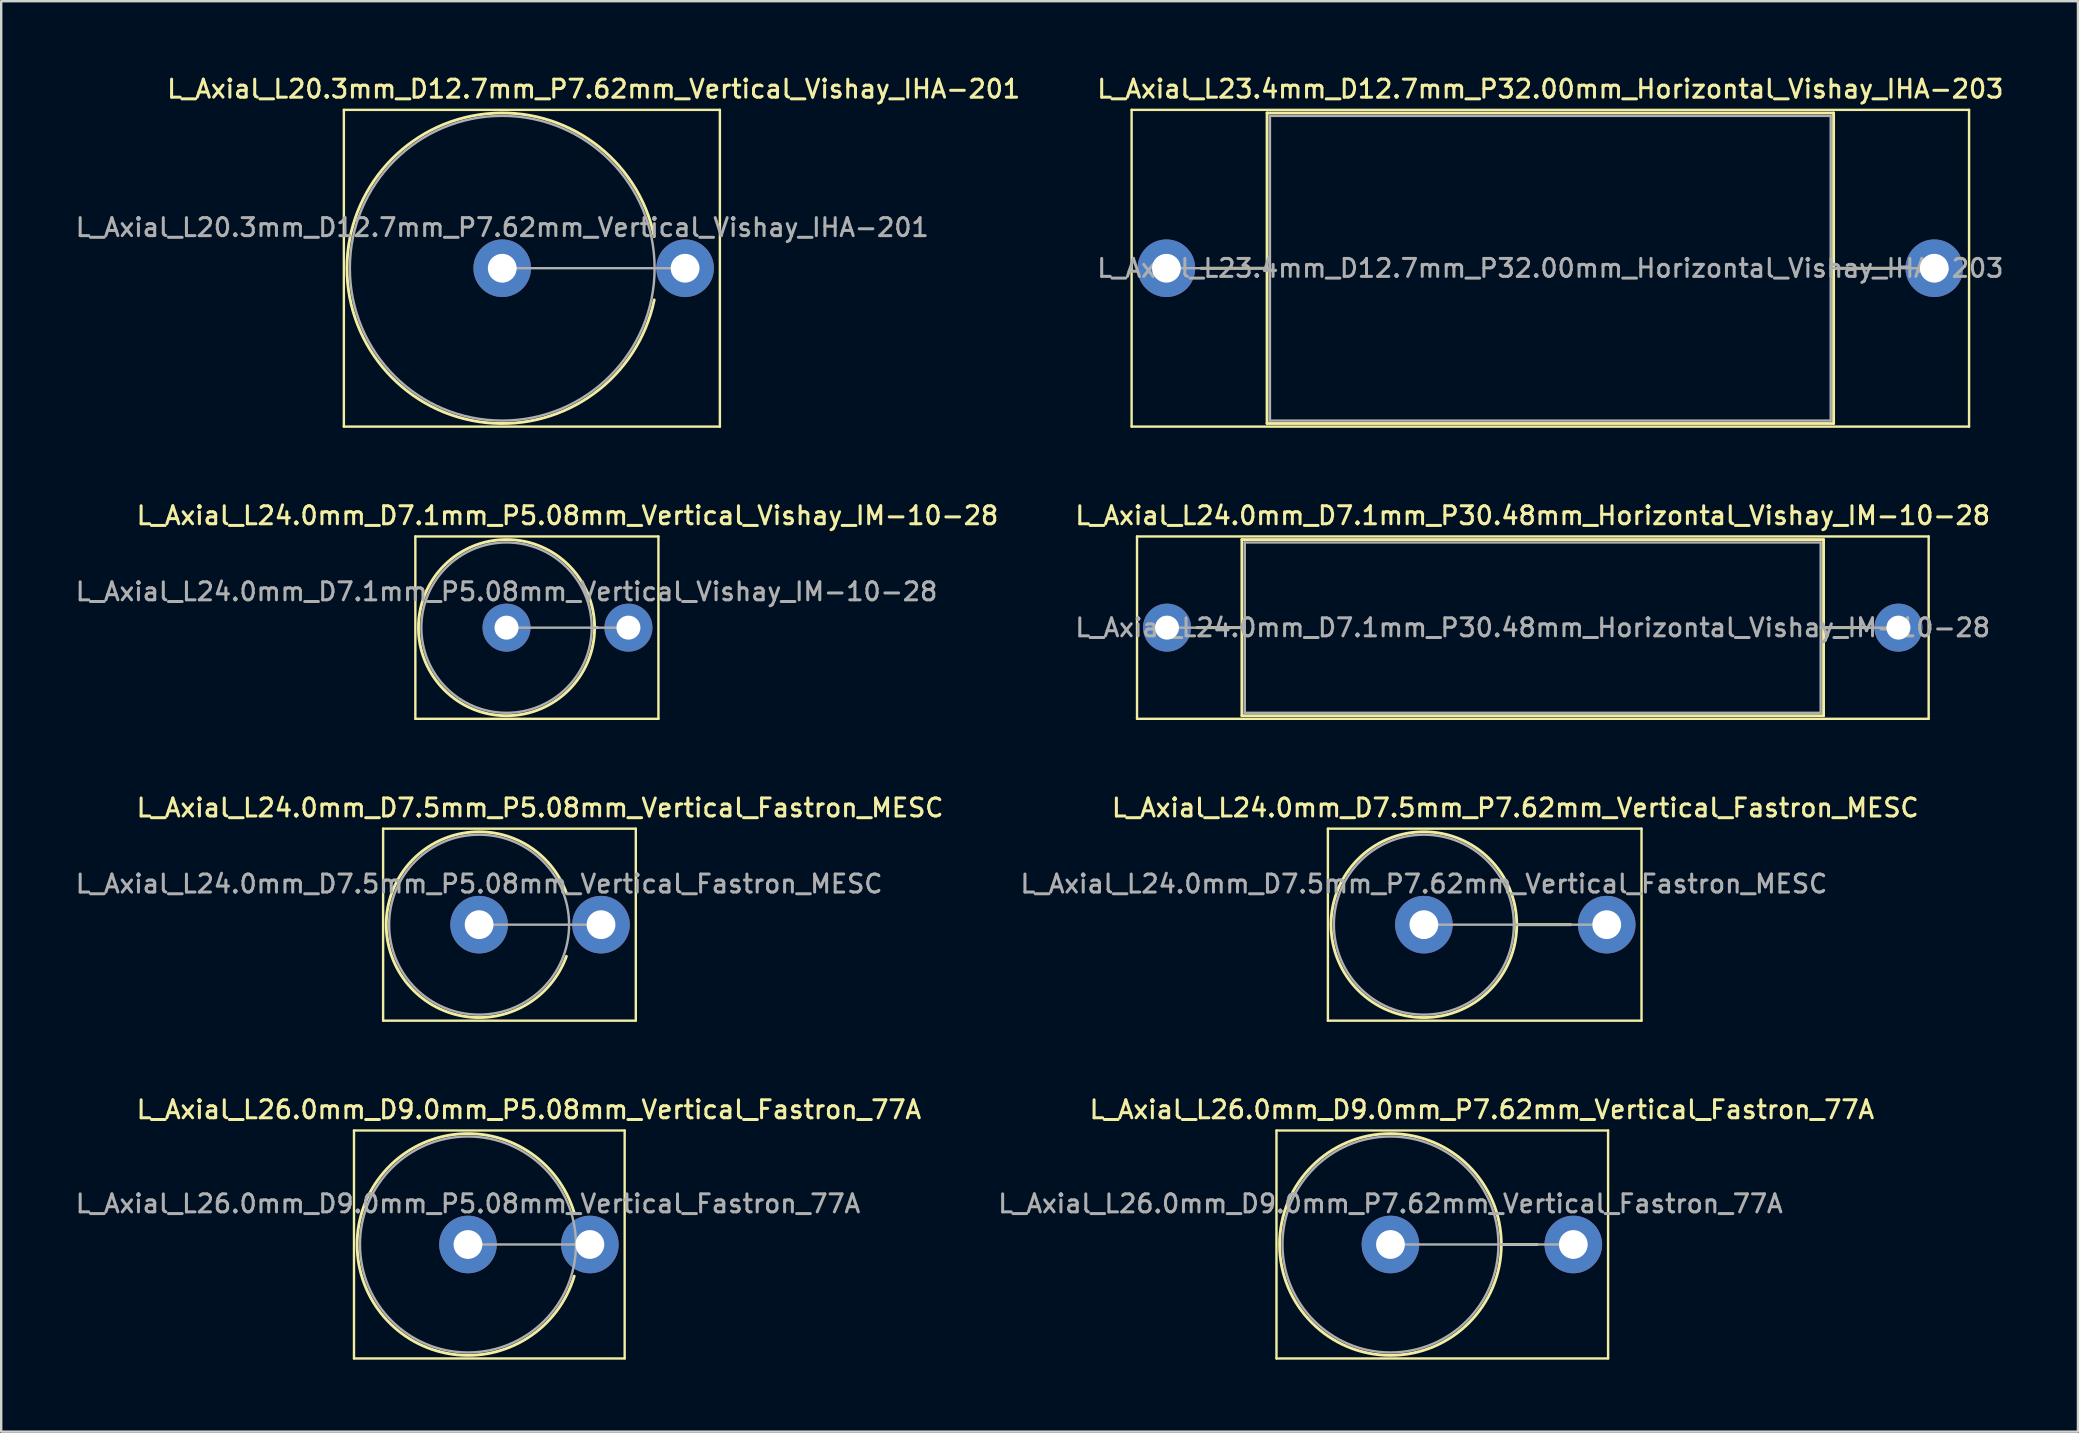
<source format=kicad_pcb>
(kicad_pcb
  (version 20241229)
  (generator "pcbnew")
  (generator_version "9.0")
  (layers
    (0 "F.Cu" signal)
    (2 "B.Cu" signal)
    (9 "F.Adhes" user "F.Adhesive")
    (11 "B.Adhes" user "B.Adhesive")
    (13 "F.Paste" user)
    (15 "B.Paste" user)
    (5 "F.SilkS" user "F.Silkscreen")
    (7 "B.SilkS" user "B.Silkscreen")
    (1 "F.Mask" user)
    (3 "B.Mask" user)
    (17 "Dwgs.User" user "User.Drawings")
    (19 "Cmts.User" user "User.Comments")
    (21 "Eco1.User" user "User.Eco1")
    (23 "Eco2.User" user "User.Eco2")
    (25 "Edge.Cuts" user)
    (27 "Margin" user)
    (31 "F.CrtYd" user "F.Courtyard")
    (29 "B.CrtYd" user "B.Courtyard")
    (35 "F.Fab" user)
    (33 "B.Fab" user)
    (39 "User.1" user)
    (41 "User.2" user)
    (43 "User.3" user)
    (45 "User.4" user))
  (footprint "L_Axial_L24.0mm_D7.5mm_P5.08mm_Vertical_Fastron_MESC"
    (layer "F.Cu")
    (at 16.916 35.484)
    (property "Reference" "L_Axial_L24.0mm_D7.5mm_P5.08mm_Vertical_Fastron_MESC" (at 2.54 -4.87 0) (layer "F.SilkS") (effects (font (size 0.75 0.75) (thickness 0.125))))
    (attr through_hole)
    (fp_line (start -4 -4) (end -4 4) (stroke (width 0.1) (type solid)) (layer "F.SilkS"))
    (fp_line (start -4 4) (end 6.53 4) (stroke (width 0.1) (type solid)) (layer "F.SilkS"))
    (fp_line (start 6.53 -4) (end -4 -4) (stroke (width 0.1) (type solid)) (layer "F.SilkS"))
    (fp_line (start 6.53 4) (end 6.53 -4) (stroke (width 0.1) (type solid)) (layer "F.SilkS"))
    (fp_arc (start 3.637925 1.32) (mid -3.87 0) (end 3.637925 -1.32) (stroke (width 0.12) (type solid)) (layer "F.SilkS"))
    (fp_line (start 0 0) (end 5.08 0) (stroke (width 0.1) (type solid)) (layer "F.Fab"))
    (fp_circle (center 0 0) (end 3.75 0) (stroke (width 0.1) (type solid)) (fill no) (layer "F.Fab"))
    (fp_text user "${REFERENCE}" (at 0 -1.7 0) (layer "F.Fab") (effects (font (size 0.75 0.75) (thickness 0.125))))
    (pad "1" thru_hole circle (at 0 0) (size 2.4 2.4) (drill 1.2) (layers "*.Cu" "*.Mask"))
    (pad "2" thru_hole oval (at 5.08 0) (size 2.4 2.4) (drill 1.2) (layers "*.Cu" "*.Mask")))
  (footprint "L_Axial_L23.4mm_D12.7mm_P32.00mm_Horizontal_Vishay_IHA-203"
    (layer "F.Cu")
    (at 45.558 8.128)
    (property "Reference" "L_Axial_L23.4mm_D12.7mm_P32.00mm_Horizontal_Vishay_IHA-203" (at 16 -7.47 0) (layer "F.SilkS") (effects (font (size 0.75 0.75) (thickness 0.125))))
    (attr through_hole)
    (fp_line (start -1.45 -6.6) (end -1.45 6.6) (stroke (width 0.1) (type solid)) (layer "F.SilkS"))
    (fp_line (start -1.45 6.6) (end 33.45 6.6) (stroke (width 0.1) (type solid)) (layer "F.SilkS"))
    (fp_line (start 1.44 0) (end 4.195 0) (stroke (width 0.12) (type solid)) (layer "F.SilkS"))
    (fp_line (start 4.195 -6.47) (end 4.195 6.47) (stroke (width 0.12) (type solid)) (layer "F.SilkS"))
    (fp_line (start 4.195 6.47) (end 27.805 6.47) (stroke (width 0.12) (type solid)) (layer "F.SilkS"))
    (fp_line (start 27.805 -6.47) (end 4.195 -6.47) (stroke (width 0.12) (type solid)) (layer "F.SilkS"))
    (fp_line (start 27.805 6.47) (end 27.805 -6.47) (stroke (width 0.12) (type solid)) (layer "F.SilkS"))
    (fp_line (start 30.56 0) (end 27.805 0) (stroke (width 0.12) (type solid)) (layer "F.SilkS"))
    (fp_line (start 33.45 -6.6) (end -1.45 -6.6) (stroke (width 0.1) (type solid)) (layer "F.SilkS"))
    (fp_line (start 33.45 6.6) (end 33.45 -6.6) (stroke (width 0.1) (type solid)) (layer "F.SilkS"))
    (fp_line (start 0 0) (end 4.315 0) (stroke (width 0.1) (type solid)) (layer "F.Fab"))
    (fp_line (start 4.315 -6.35) (end 4.315 6.35) (stroke (width 0.1) (type solid)) (layer "F.Fab"))
    (fp_line (start 4.315 6.35) (end 27.685 6.35) (stroke (width 0.1) (type solid)) (layer "F.Fab"))
    (fp_line (start 27.685 -6.35) (end 4.315 -6.35) (stroke (width 0.1) (type solid)) (layer "F.Fab"))
    (fp_line (start 27.685 6.35) (end 27.685 -6.35) (stroke (width 0.1) (type solid)) (layer "F.Fab"))
    (fp_line (start 32 0) (end 27.685 0) (stroke (width 0.1) (type solid)) (layer "F.Fab"))
    (fp_text user "${REFERENCE}" (at 16 0 0) (layer "F.Fab") (effects (font (size 0.75 0.75) (thickness 0.125))))
    (pad "1" thru_hole circle (at 0 0) (size 2.4 2.4) (drill 1.2) (layers "*.Cu" "*.Mask"))
    (pad "2" thru_hole oval (at 32 0) (size 2.4 2.4) (drill 1.2) (layers "*.Cu" "*.Mask")))
  (footprint "L_Axial_L24.0mm_D7.1mm_P5.08mm_Vertical_Vishay_IM-10-28"
    (layer "F.Cu")
    (at 18.059 23.106)
    (property "Reference" "L_Axial_L24.0mm_D7.1mm_P5.08mm_Vertical_Vishay_IM-10-28" (at 2.54 -4.67 0) (layer "F.SilkS") (effects (font (size 0.75 0.75) (thickness 0.125))))
    (attr through_hole)
    (fp_line (start -3.8 -3.8) (end -3.8 3.8) (stroke (width 0.1) (type solid)) (layer "F.SilkS"))
    (fp_line (start -3.8 3.8) (end 6.33 3.8) (stroke (width 0.1) (type solid)) (layer "F.SilkS"))
    (fp_line (start 3.67 0) (end 3.78 0) (stroke (width 0.12) (type solid)) (layer "F.SilkS"))
    (fp_line (start 6.33 -3.8) (end -3.8 -3.8) (stroke (width 0.1) (type solid)) (layer "F.SilkS"))
    (fp_line (start 6.33 3.8) (end 6.33 -3.8) (stroke (width 0.1) (type solid)) (layer "F.SilkS"))
    (fp_circle (center 0 0) (end 3.67 0) (stroke (width 0.12) (type solid)) (fill no) (layer "F.SilkS"))
    (fp_line (start 0 0) (end 5.08 0) (stroke (width 0.1) (type solid)) (layer "F.Fab"))
    (fp_circle (center 0 0) (end 3.55 0) (stroke (width 0.1) (type solid)) (fill no) (layer "F.Fab"))
    (fp_text user "${REFERENCE}" (at 0 -1.5 0) (layer "F.Fab") (effects (font (size 0.75 0.75) (thickness 0.125))))
    (pad "1" thru_hole circle (at 0 0) (size 2 2) (drill 1) (layers "*.Cu" "*.Mask"))
    (pad "2" thru_hole oval (at 5.08 0) (size 2 2) (drill 1) (layers "*.Cu" "*.Mask")))
  (footprint "L_Axial_L24.0mm_D7.1mm_P30.48mm_Horizontal_Vishay_IM-10-28"
    (layer "F.Cu")
    (at 45.584 23.106)
    (property "Reference" "L_Axial_L24.0mm_D7.1mm_P30.48mm_Horizontal_Vishay_IM-10-28" (at 15.24 -4.67 0) (layer "F.SilkS") (effects (font (size 0.75 0.75) (thickness 0.125))))
    (attr through_hole)
    (fp_line (start -1.25 -3.8) (end -1.25 3.8) (stroke (width 0.1) (type solid)) (layer "F.SilkS"))
    (fp_line (start -1.25 3.8) (end 31.74 3.8) (stroke (width 0.1) (type solid)) (layer "F.SilkS"))
    (fp_line (start 1.24 0) (end 3.12 0) (stroke (width 0.12) (type solid)) (layer "F.SilkS"))
    (fp_line (start 3.12 -3.67) (end 3.12 3.67) (stroke (width 0.12) (type solid)) (layer "F.SilkS"))
    (fp_line (start 3.12 3.67) (end 27.36 3.67) (stroke (width 0.12) (type solid)) (layer "F.SilkS"))
    (fp_line (start 27.36 -3.67) (end 3.12 -3.67) (stroke (width 0.12) (type solid)) (layer "F.SilkS"))
    (fp_line (start 27.36 3.67) (end 27.36 -3.67) (stroke (width 0.12) (type solid)) (layer "F.SilkS"))
    (fp_line (start 29.24 0) (end 27.36 0) (stroke (width 0.12) (type solid)) (layer "F.SilkS"))
    (fp_line (start 31.74 -3.8) (end -1.25 -3.8) (stroke (width 0.1) (type solid)) (layer "F.SilkS"))
    (fp_line (start 31.74 3.8) (end 31.74 -3.8) (stroke (width 0.1) (type solid)) (layer "F.SilkS"))
    (fp_line (start 0 0) (end 3.24 0) (stroke (width 0.1) (type solid)) (layer "F.Fab"))
    (fp_line (start 3.24 -3.55) (end 3.24 3.55) (stroke (width 0.1) (type solid)) (layer "F.Fab"))
    (fp_line (start 3.24 3.55) (end 27.24 3.55) (stroke (width 0.1) (type solid)) (layer "F.Fab"))
    (fp_line (start 27.24 -3.55) (end 3.24 -3.55) (stroke (width 0.1) (type solid)) (layer "F.Fab"))
    (fp_line (start 27.24 3.55) (end 27.24 -3.55) (stroke (width 0.1) (type solid)) (layer "F.Fab"))
    (fp_line (start 30.48 0) (end 27.24 0) (stroke (width 0.1) (type solid)) (layer "F.Fab"))
    (fp_text user "${REFERENCE}" (at 15.24 0 0) (layer "F.Fab") (effects (font (size 0.75 0.75) (thickness 0.125))))
    (pad "1" thru_hole circle (at 0 0) (size 2 2) (drill 1) (layers "*.Cu" "*.Mask"))
    (pad "2" thru_hole oval (at 30.48 0) (size 2 2) (drill 1) (layers "*.Cu" "*.Mask")))
  (footprint "L_Axial_L24.0mm_D7.5mm_P7.62mm_Vertical_Fastron_MESC"
    (layer "F.Cu")
    (at 56.288 35.484)
    (property "Reference" "L_Axial_L24.0mm_D7.5mm_P7.62mm_Vertical_Fastron_MESC" (at 3.81 -4.87 0) (layer "F.SilkS") (effects (font (size 0.75 0.75) (thickness 0.125))))
    (attr through_hole)
    (fp_line (start -4 -4) (end -4 4) (stroke (width 0.1) (type solid)) (layer "F.SilkS"))
    (fp_line (start -4 4) (end 9.07 4) (stroke (width 0.1) (type solid)) (layer "F.SilkS"))
    (fp_line (start 3.87 0) (end 6.12 0) (stroke (width 0.12) (type solid)) (layer "F.SilkS"))
    (fp_line (start 9.07 -4) (end -4 -4) (stroke (width 0.1) (type solid)) (layer "F.SilkS"))
    (fp_line (start 9.07 4) (end 9.07 -4) (stroke (width 0.1) (type solid)) (layer "F.SilkS"))
    (fp_circle (center 0 0) (end 3.87 0) (stroke (width 0.12) (type solid)) (fill no) (layer "F.SilkS"))
    (fp_line (start 0 0) (end 7.62 0) (stroke (width 0.1) (type solid)) (layer "F.Fab"))
    (fp_circle (center 0 0) (end 3.75 0) (stroke (width 0.1) (type solid)) (fill no) (layer "F.Fab"))
    (fp_text user "${REFERENCE}" (at 0 -1.7 0) (layer "F.Fab") (effects (font (size 0.75 0.75) (thickness 0.125))))
    (pad "1" thru_hole circle (at 0 0) (size 2.4 2.4) (drill 1.2) (layers "*.Cu" "*.Mask"))
    (pad "2" thru_hole oval (at 7.62 0) (size 2.4 2.4) (drill 1.2) (layers "*.Cu" "*.Mask")))
  (footprint "L_Axial_L26.0mm_D9.0mm_P5.08mm_Vertical_Fastron_77A"
    (layer "F.Cu")
    (at 16.452 48.812)
    (property "Reference" "L_Axial_L26.0mm_D9.0mm_P5.08mm_Vertical_Fastron_77A" (at 2.54 -5.62 0) (layer "F.SilkS") (effects (font (size 0.75 0.75) (thickness 0.125))))
    (attr through_hole)
    (fp_line (start -4.75 -4.75) (end -4.75 4.75) (stroke (width 0.1) (type solid)) (layer "F.SilkS"))
    (fp_line (start -4.75 4.75) (end 6.53 4.75) (stroke (width 0.1) (type solid)) (layer "F.SilkS"))
    (fp_line (start 6.53 -4.75) (end -4.75 -4.75) (stroke (width 0.1) (type solid)) (layer "F.SilkS"))
    (fp_line (start 6.53 4.75) (end 6.53 -4.75) (stroke (width 0.1) (type solid)) (layer "F.SilkS"))
    (fp_arc (start 4.427415 1.32) (mid -4.62 0) (end 4.427415 -1.32) (stroke (width 0.12) (type solid)) (layer "F.SilkS"))
    (fp_line (start 0 0) (end 5.08 0) (stroke (width 0.1) (type solid)) (layer "F.Fab"))
    (fp_circle (center 0 0) (end 4.5 0) (stroke (width 0.1) (type solid)) (fill no) (layer "F.Fab"))
    (fp_text user "${REFERENCE}" (at 0 -1.7 0) (layer "F.Fab") (effects (font (size 0.75 0.75) (thickness 0.125))))
    (pad "1" thru_hole circle (at 0 0) (size 2.4 2.4) (drill 1.2) (layers "*.Cu" "*.Mask"))
    (pad "2" thru_hole oval (at 5.08 0) (size 2.4 2.4) (drill 1.2) (layers "*.Cu" "*.Mask")))
  (footprint "L_Axial_L26.0mm_D9.0mm_P7.62mm_Vertical_Fastron_77A"
    (layer "F.Cu")
    (at 54.895 48.812)
    (property "Reference" "L_Axial_L26.0mm_D9.0mm_P7.62mm_Vertical_Fastron_77A" (at 3.81 -5.62 0) (layer "F.SilkS") (effects (font (size 0.75 0.75) (thickness 0.125))))
    (attr through_hole)
    (fp_line (start -4.75 -4.75) (end -4.75 4.75) (stroke (width 0.1) (type solid)) (layer "F.SilkS"))
    (fp_line (start -4.75 4.75) (end 9.07 4.75) (stroke (width 0.1) (type solid)) (layer "F.SilkS"))
    (fp_line (start 4.62 0) (end 6.12 0) (stroke (width 0.12) (type solid)) (layer "F.SilkS"))
    (fp_line (start 9.07 -4.75) (end -4.75 -4.75) (stroke (width 0.1) (type solid)) (layer "F.SilkS"))
    (fp_line (start 9.07 4.75) (end 9.07 -4.75) (stroke (width 0.1) (type solid)) (layer "F.SilkS"))
    (fp_circle (center 0 0) (end 4.62 0) (stroke (width 0.12) (type solid)) (fill no) (layer "F.SilkS"))
    (fp_line (start 0 0) (end 7.62 0) (stroke (width 0.1) (type solid)) (layer "F.Fab"))
    (fp_circle (center 0 0) (end 4.5 0) (stroke (width 0.1) (type solid)) (fill no) (layer "F.Fab"))
    (fp_text user "${REFERENCE}" (at 0 -1.7 0) (layer "F.Fab") (effects (font (size 0.75 0.75) (thickness 0.125))))
    (pad "1" thru_hole circle (at 0 0) (size 2.4 2.4) (drill 1.2) (layers "*.Cu" "*.Mask"))
    (pad "2" thru_hole oval (at 7.62 0) (size 2.4 2.4) (drill 1.2) (layers "*.Cu" "*.Mask")))
  (footprint "L_Axial_L20.3mm_D12.7mm_P7.62mm_Vertical_Vishay_IHA-201"
    (layer "F.Cu")
    (at 17.88 8.128)
    (property "Reference" "L_Axial_L20.3mm_D12.7mm_P7.62mm_Vertical_Vishay_IHA-201" (at 3.81 -7.47 0) (layer "F.SilkS") (effects (font (size 0.75 0.75) (thickness 0.125))))
    (attr through_hole)
    (fp_line (start -6.6 -6.6) (end -6.6 6.6) (stroke (width 0.1) (type solid)) (layer "F.SilkS"))
    (fp_line (start -6.6 6.6) (end 9.07 6.6) (stroke (width 0.1) (type solid)) (layer "F.SilkS"))
    (fp_line (start 9.07 -6.6) (end -6.6 -6.6) (stroke (width 0.1) (type solid)) (layer "F.SilkS"))
    (fp_line (start 9.07 6.6) (end 9.07 -6.6) (stroke (width 0.1) (type solid)) (layer "F.SilkS"))
    (fp_arc (start 6.333917 1.32) (mid -6.47 0) (end 6.333917 -1.32) (stroke (width 0.12) (type solid)) (layer "F.SilkS"))
    (fp_line (start 0 0) (end 7.62 0) (stroke (width 0.1) (type solid)) (layer "F.Fab"))
    (fp_circle (center 0 0) (end 6.35 0) (stroke (width 0.1) (type solid)) (fill no) (layer "F.Fab"))
    (fp_text user "${REFERENCE}" (at 0 -1.7 0) (layer "F.Fab") (effects (font (size 0.75 0.75) (thickness 0.125))))
    (pad "1" thru_hole circle (at 0 0) (size 2.4 2.4) (drill 1.2) (layers "*.Cu" "*.Mask"))
    (pad "2" thru_hole oval (at 7.62 0) (size 2.4 2.4) (drill 1.2) (layers "*.Cu" "*.Mask")))
  (gr_rect
    (start -3 -3)
    (end 83.546 56.612)
    (stroke (width 0.1) (type default))
    (fill no)
    (layer "Edge.Cuts")))
</source>
